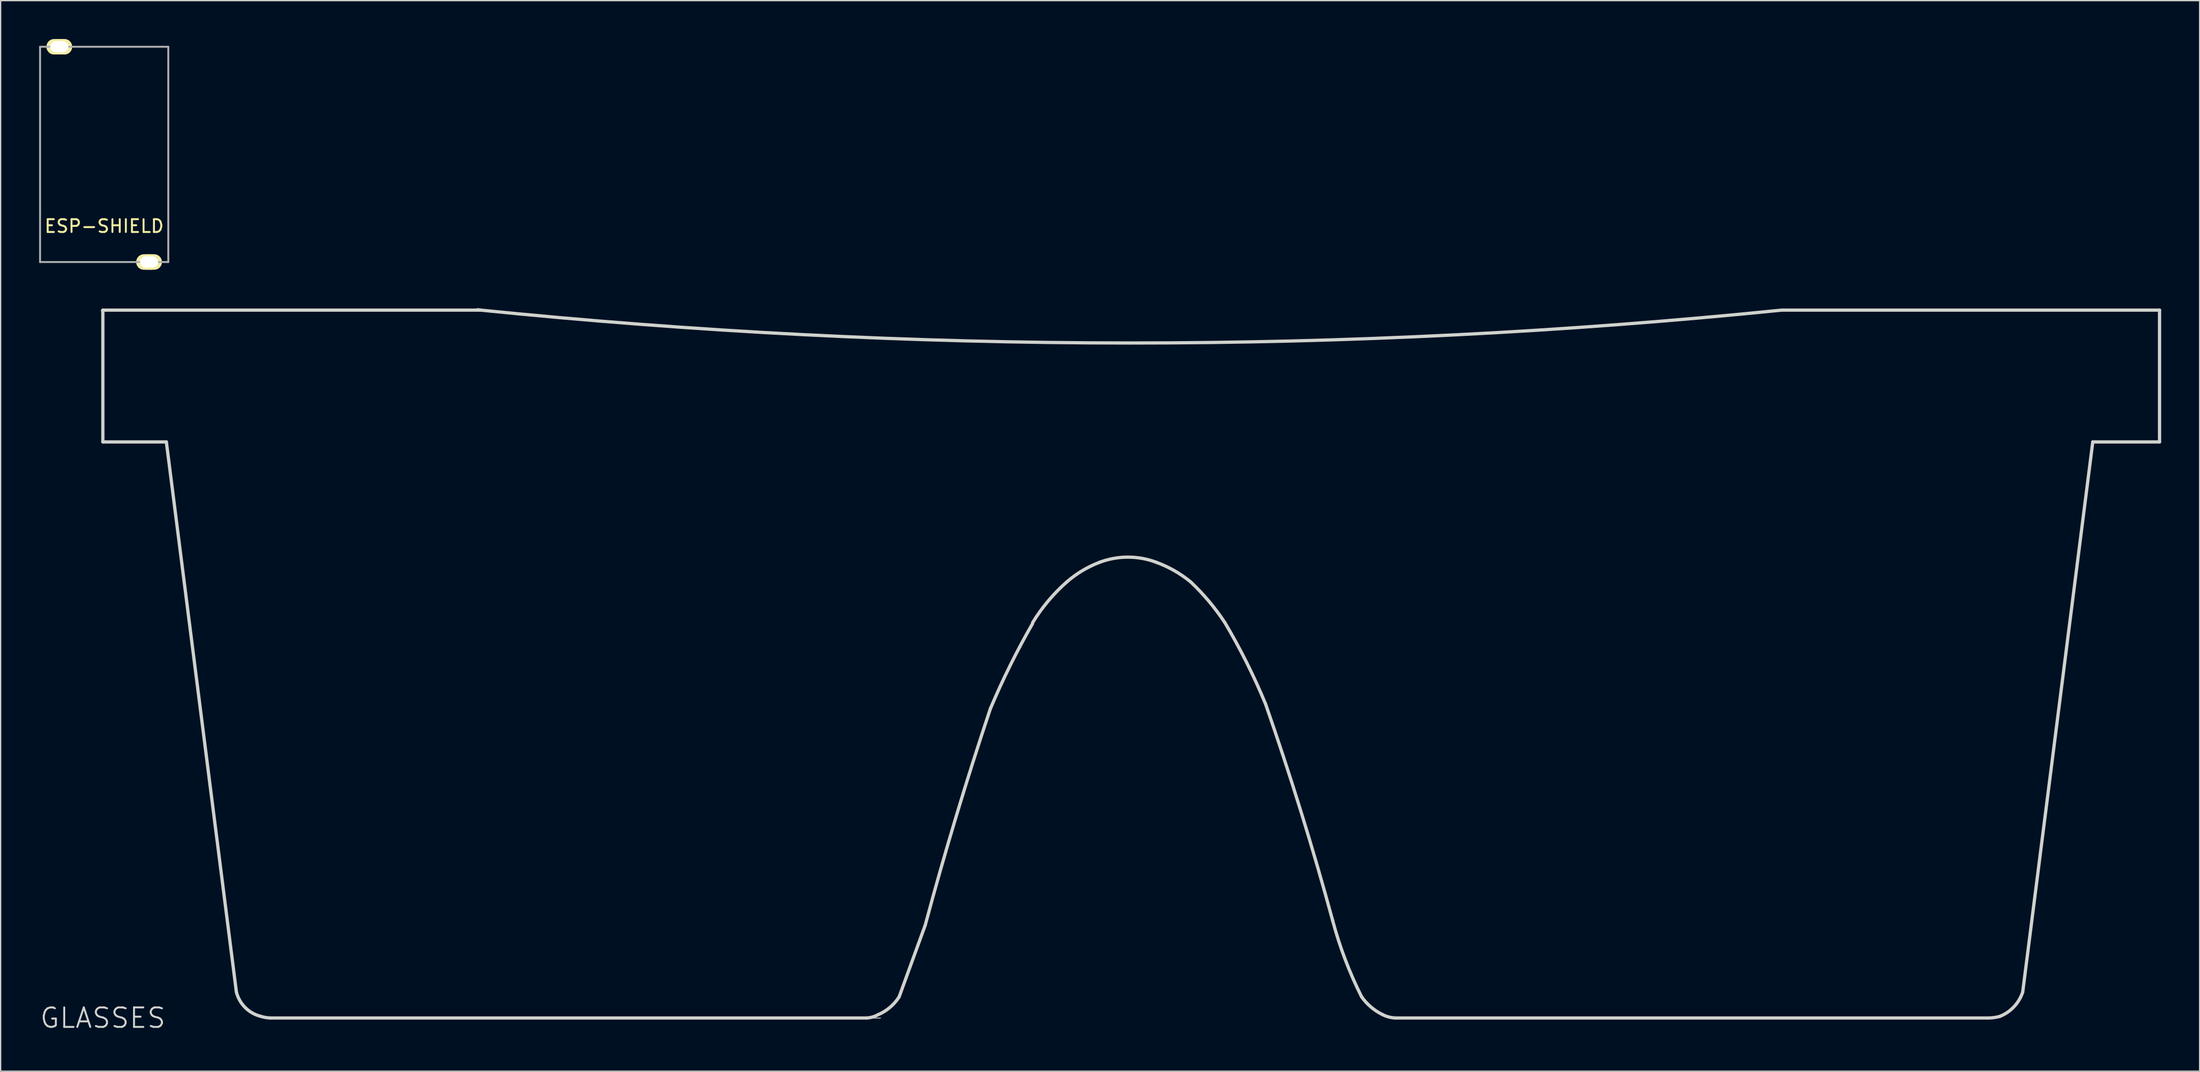
<source format=kicad_pcb>
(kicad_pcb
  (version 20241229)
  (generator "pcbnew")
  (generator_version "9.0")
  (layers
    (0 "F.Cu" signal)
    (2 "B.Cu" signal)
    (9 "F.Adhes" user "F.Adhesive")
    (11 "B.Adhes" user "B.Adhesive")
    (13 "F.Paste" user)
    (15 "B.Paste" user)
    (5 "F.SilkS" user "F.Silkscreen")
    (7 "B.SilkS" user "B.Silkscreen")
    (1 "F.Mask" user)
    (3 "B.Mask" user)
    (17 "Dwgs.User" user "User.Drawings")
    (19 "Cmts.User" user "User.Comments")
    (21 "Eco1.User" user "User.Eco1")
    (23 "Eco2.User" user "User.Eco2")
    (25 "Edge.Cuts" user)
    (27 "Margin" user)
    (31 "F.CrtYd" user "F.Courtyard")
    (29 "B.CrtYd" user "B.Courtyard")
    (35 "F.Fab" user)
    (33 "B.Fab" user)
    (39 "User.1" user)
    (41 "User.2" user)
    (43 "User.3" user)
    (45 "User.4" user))
  (footprint "ESP-SHIELD"
    (layer "F.Cu")
    (at 5.075 9)
    (property "Reference" "ESP-SHIELD" (at 0 5.6 0) (layer "F.SilkS") (effects (font (size 1 1) (thickness 0.15))))
    (attr smd)
    (fp_line (start -5 -8.4) (end 5 -8.4) (stroke (width 0.15) (type solid)) (layer "F.Fab"))
    (fp_line (start -5 8.4) (end -5 -8.4) (stroke (width 0.15) (type solid)) (layer "F.Fab"))
    (fp_line (start 5 -8.4) (end 5 8.4) (stroke (width 0.15) (type solid)) (layer "F.Fab"))
    (fp_line (start 5 8.4) (end -5 8.4) (stroke (width 0.15) (type solid)) (layer "F.Fab"))
    (pad "1" thru_hole oval (at -3.75 -8.4 90) (size 1.2 1.5) (drill 0.9) (layers "*.Cu" "*.Mask" "F.SilkS"))
    (pad "1" thru_hole oval (at -3.5 -8.4 90) (size 1.2 1.5) (drill 0.9) (layers "*.Cu" "*.Mask" "F.SilkS"))
    (pad "1" thru_hole oval (at -3.25 -8.4 90) (size 1.2 1.5) (drill 0.9) (layers "*.Cu" "*.Mask" "F.SilkS"))
    (pad "1" thru_hole oval (at 3.25 8.4 90) (size 1.2 1.5) (drill 0.9) (layers "*.Cu" "*.Mask" "F.SilkS"))
    (pad "1" thru_hole oval (at 3.5 8.4 90) (size 1.2 1.5) (drill 0.9) (layers "*.Cu" "*.Mask" "F.SilkS"))
    (pad "1" thru_hole oval (at 3.75 8.4 90) (size 1.2 1.5) (drill 0.9) (layers "*.Cu" "*.Mask" "F.SilkS")))
  (footprint "GLASSES"
    (layer "F.Cu")
    (at 4.971 76.398)
    (property "Reference" "GLASSES" (at 0 0 0) (layer "Edge.Cuts") (effects (font (size 1.524 1.524) (thickness 0.15))))
    (attr smd)
    (fp_line (start -0.135 -55.199) (end 29.591 -55.199) (stroke (width 0.066) (type solid)) (layer "Edge.Cuts"))
    (fp_line (start 0 -55.245) (end 29.464 -55.245) (stroke (width 0.254) (type solid)) (layer "Edge.Cuts"))
    (fp_line (start 0 -44.958) (end 0 -55.245) (stroke (width 0.254) (type solid)) (layer "Edge.Cuts"))
    (fp_line (start 4.953 -44.958) (end 0 -44.958) (stroke (width 0.254) (type solid)) (layer "Edge.Cuts"))
    (fp_line (start 4.953 -44.958) (end 10.414 -2.032) (stroke (width 0.254) (type solid)) (layer "Edge.Cuts"))
    (fp_line (start 12.87 0.008) (end 60.648 0.008) (stroke (width 0.066) (type solid)) (layer "Edge.Cuts"))
    (fp_line (start 13.081 0) (end 59.563 0) (stroke (width 0.254) (type solid)) (layer "Edge.Cuts"))
    (fp_line (start 62.103 -1.651) (end 64.135 -7.236) (stroke (width 0.254) (type solid)) (layer "Edge.Cuts"))
    (fp_line (start 100.838 0) (end 147.066 0) (stroke (width 0.254) (type solid)) (layer "Edge.Cuts"))
    (fp_line (start 130.937 -55.245) (end 160.401 -55.245) (stroke (width 0.254) (type solid)) (layer "Edge.Cuts"))
    (fp_line (start 149.73 -2.032) (end 155.194 -44.958) (stroke (width 0.254) (type solid)) (layer "Edge.Cuts"))
    (fp_line (start 160.401 -55.245) (end 160.401 -44.958) (stroke (width 0.254) (type solid)) (layer "Edge.Cuts"))
    (fp_line (start 160.401 -44.958) (end 155.194 -44.958) (stroke (width 0.254) (type solid)) (layer "Edge.Cuts"))
    (fp_arc (start 12.319 -0.127) (mid 11.102727 -0.81344) (end 10.41478 -2.028861) (stroke (width 0.254) (type solid)) (layer "Edge.Cuts"))
    (fp_arc (start 13.081 0) (mid 12.696429 -0.037404) (end 12.320415 -0.126326) (stroke (width 0.254) (type solid)) (layer "Edge.Cuts"))
    (fp_arc (start 60.452 -0.254) (mid 60.023063 -0.076791) (end 59.565389 0.000185) (stroke (width 0.254) (type solid)) (layer "Edge.Cuts"))
    (fp_arc (start 62.103 -1.651) (mid 61.38505 -0.826569) (end 60.453915 -0.253746) (stroke (width 0.254) (type solid)) (layer "Edge.Cuts"))
    (fp_arc (start 64.135 -7.23646) (mid 66.55555 -15.752175) (end 69.235029 -24.189998) (stroke (width 0.254) (type solid)) (layer "Edge.Cuts"))
    (fp_arc (start 69.215 -24.13) (mid 70.757498 -27.504077) (end 72.505441 -30.776445) (stroke (width 0.254) (type solid)) (layer "Edge.Cuts"))
    (fp_arc (start 72.517 -30.861) (mid 73.728487 -32.546055) (end 75.178327 -34.031004) (stroke (width 0.254) (type solid)) (layer "Edge.Cuts"))
    (fp_arc (start 75.184 -34.036) (mid 76.384763 -34.908963) (end 77.720007 -35.557824) (stroke (width 0.254) (type solid)) (layer "Edge.Cuts"))
    (fp_arc (start 77.724 -35.56) (mid 79.942352 -35.966658) (end 82.161239 -35.562933) (stroke (width 0.254) (type solid)) (layer "Edge.Cuts"))
    (fp_arc (start 82.169 -35.56) (mid 83.564047 -34.911337) (end 84.831382 -34.039107) (stroke (width 0.254) (type solid)) (layer "Edge.Cuts"))
    (fp_arc (start 84.836 -34.036) (mid 86.25429 -32.532801) (end 87.491852 -30.87763) (stroke (width 0.254) (type solid)) (layer "Edge.Cuts"))
    (fp_arc (start 87.503 -30.861) (mid 89.196224 -27.756447) (end 90.665954 -24.540059) (stroke (width 0.254) (type solid)) (layer "Edge.Cuts"))
    (fp_arc (start 90.678 -24.511) (mid 93.44597 -16.093049) (end 95.918471 -7.583625) (stroke (width 0.254) (type solid)) (layer "Edge.Cuts"))
    (fp_arc (start 98.171 -1.651) (mid 96.884907 -4.580023) (end 95.907113 -7.625861) (stroke (width 0.254) (type solid)) (layer "Edge.Cuts"))
    (fp_arc (start 99.822 -0.254) (mid 98.909262 -0.846918) (end 98.173351 -1.64884) (stroke (width 0.254) (type solid)) (layer "Edge.Cuts"))
    (fp_arc (start 100.838 0) (mid 100.31715 -0.071219) (end 99.823902 -0.253052) (stroke (width 0.254) (type solid)) (layer "Edge.Cuts"))
    (fp_arc (start 130.937 -55.245) (mid 80.074154 -52.679408) (end 29.212604 -55.270554) (stroke (width 0.254) (type solid)) (layer "Edge.Cuts"))
    (fp_arc (start 147.955 -0.127) (mid 147.517387 -0.034773) (end 147.071509 -0.000065) (stroke (width 0.254) (type solid)) (layer "Edge.Cuts"))
    (fp_arc (start 149.73046 -2.032) (mid 149.053527 -0.883553) (end 147.954663 -0.128792) (stroke (width 0.254) (type solid)) (layer "Edge.Cuts")))
  (gr_rect
    (start -3 -3)
    (end 168.499 80.552)
    (stroke (width 0.1) (type default))
    (fill no)
    (layer "Edge.Cuts")))
</source>
